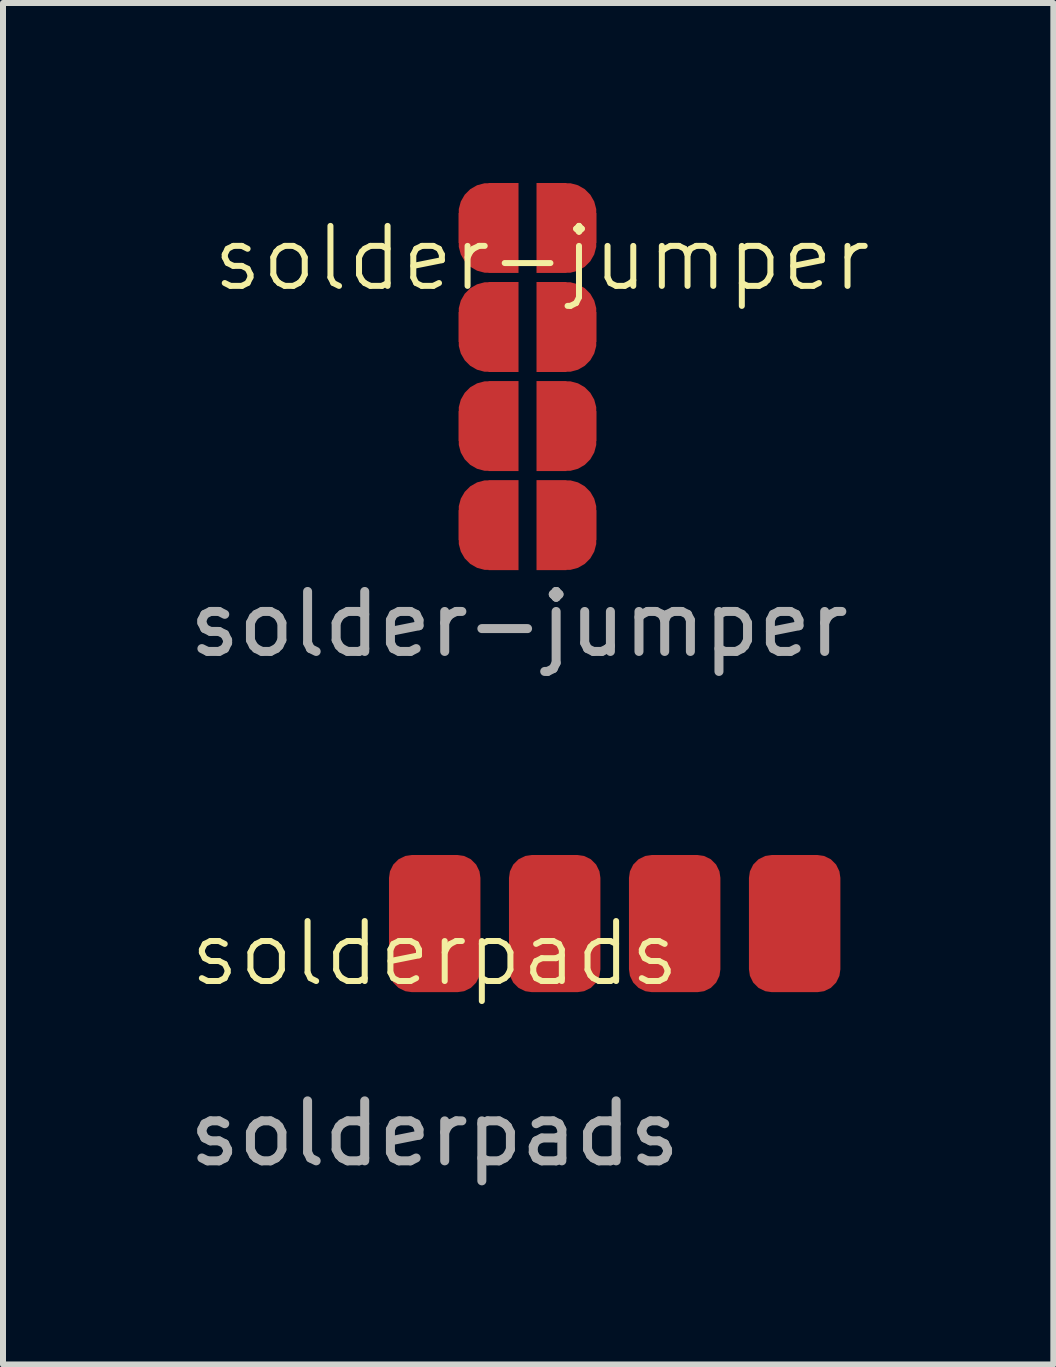
<source format=kicad_pcb>
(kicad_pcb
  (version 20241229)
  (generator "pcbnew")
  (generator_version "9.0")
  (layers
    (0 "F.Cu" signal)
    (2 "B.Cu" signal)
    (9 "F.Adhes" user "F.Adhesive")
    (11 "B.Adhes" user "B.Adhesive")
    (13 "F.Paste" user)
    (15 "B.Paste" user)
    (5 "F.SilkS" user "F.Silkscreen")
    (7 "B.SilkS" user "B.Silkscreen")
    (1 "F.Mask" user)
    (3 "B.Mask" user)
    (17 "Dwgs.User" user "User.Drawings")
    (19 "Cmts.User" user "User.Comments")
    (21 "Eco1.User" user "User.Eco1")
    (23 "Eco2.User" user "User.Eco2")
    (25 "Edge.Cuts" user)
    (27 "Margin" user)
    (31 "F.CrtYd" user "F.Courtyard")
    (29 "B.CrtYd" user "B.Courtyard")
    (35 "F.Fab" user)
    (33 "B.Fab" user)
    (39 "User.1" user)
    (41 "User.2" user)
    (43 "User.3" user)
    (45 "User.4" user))
  (footprint "solderpads"
    (layer "F.Cu")
    (at 4.196 13.345)
    (property "Reference" "solderpads" (at 0 -0.5 0) (unlocked yes) (layer "F.SilkS") (effects (font (size 1 1) (thickness 0.1))))
    (attr smd)
    (fp_text user "${REFERENCE}" (at 0 2.5 0) (unlocked yes) (layer "F.Fab") (effects (font (size 1 1) (thickness 0.15))))
    (pad "1" smd roundrect (at 6 -1 90) (size 2.286 1.524) (layers "F.Cu" "F.Mask" "F.Paste") (roundrect_rratio 0.25))
    (pad "2" smd roundrect (at 4 -1 90) (size 2.286 1.524) (layers "F.Cu" "F.Mask" "F.Paste") (roundrect_rratio 0.25))
    (pad "3" smd roundrect (at 2 -1 90) (size 2.286 1.524) (layers "F.Cu" "F.Mask" "F.Paste") (roundrect_rratio 0.25))
    (pad "4" smd roundrect (at 0 -1 90) (size 2.286 1.524) (layers "F.Cu" "F.Mask" "F.Paste") (roundrect_rratio 0.25)))
  (footprint "solder-jumper"
    (layer "F.Cu")
    (at 5.855 1.385)
    (property "Reference" "solder-jumper" (at 0.127 -0.127 0) (unlocked yes) (layer "F.SilkS") (effects (font (size 1 1) (thickness 0.1))))
    (attr smd)
    (fp_text user "${REFERENCE}" (at -0.254 5.969 0) (unlocked yes) (layer "F.Fab") (effects (font (size 1 1) (thickness 0.15))))
    (pad "1" smd custom (at 0.538 -0.635 180) (size 1 0.5) (layers "F.Cu" "F.Mask") (options (anchor rect)) (primitives (gr_circle (center 0 0.25) (end 0.5 0.25) (width 0) (fill yes)) (gr_circle (center 0 -0.25) (end 0.5 -0.25) (width 0) (fill yes)) (gr_poly (pts (xy 0.5 0.75) (xy 0 0.75) (xy 0 -0.75) (xy 0.5 -0.75)) (width 0) (fill yes))))
    (pad "1" smd custom (at 0.538 1.016 180) (size 1 0.5) (layers "F.Cu" "F.Mask") (options (anchor rect)) (primitives (gr_circle (center 0 0.25) (end 0.5 0.25) (width 0) (fill yes)) (gr_circle (center 0 -0.25) (end 0.5 -0.25) (width 0) (fill yes)) (gr_poly (pts (xy 0.5 0.75) (xy 0 0.75) (xy 0 -0.75) (xy 0.5 -0.75)) (width 0) (fill yes))))
    (pad "1" smd custom (at 0.538 2.667 180) (size 1 0.5) (layers "F.Cu" "F.Mask") (options (anchor rect)) (primitives (gr_circle (center 0 0.25) (end 0.5 0.25) (width 0) (fill yes)) (gr_circle (center 0 -0.25) (end 0.5 -0.25) (width 0) (fill yes)) (gr_poly (pts (xy 0.5 0.75) (xy 0 0.75) (xy 0 -0.75) (xy 0.5 -0.75)) (width 0) (fill yes))))
    (pad "1" smd custom (at 0.538 4.318 180) (size 1 0.5) (layers "F.Cu" "F.Mask") (options (anchor rect)) (primitives (gr_circle (center 0 0.25) (end 0.5 0.25) (width 0) (fill yes)) (gr_circle (center 0 -0.25) (end 0.5 -0.25) (width 0) (fill yes)) (gr_poly (pts (xy 0.5 0.75) (xy 0 0.75) (xy 0 -0.75) (xy 0.5 -0.75)) (width 0) (fill yes))))
    (pad "2" smd custom (at -0.762 -0.635 180) (size 1 0.5) (layers "F.Cu" "F.Mask") (options (anchor rect)) (primitives (gr_circle (center 0 0.25) (end 0.5 0.25) (width 0) (fill yes)) (gr_circle (center 0 -0.25) (end 0.5 -0.25) (width 0) (fill yes)) (gr_poly (pts (xy 0 0.75) (xy -0.5 0.75) (xy -0.5 -0.75) (xy 0 -0.75)) (width 0) (fill yes))))
    (pad "3" smd custom (at -0.762 1.016 180) (size 1 0.5) (layers "F.Cu" "F.Mask") (options (anchor rect)) (primitives (gr_circle (center 0 0.25) (end 0.5 0.25) (width 0) (fill yes)) (gr_circle (center 0 -0.25) (end 0.5 -0.25) (width 0) (fill yes)) (gr_poly (pts (xy 0 0.75) (xy -0.5 0.75) (xy -0.5 -0.75) (xy 0 -0.75)) (width 0) (fill yes))))
    (pad "4" smd custom (at -0.762 2.667 180) (size 1 0.5) (layers "F.Cu" "F.Mask") (options (anchor rect)) (primitives (gr_circle (center 0 0.25) (end 0.5 0.25) (width 0) (fill yes)) (gr_circle (center 0 -0.25) (end 0.5 -0.25) (width 0) (fill yes)) (gr_poly (pts (xy 0 0.75) (xy -0.5 0.75) (xy -0.5 -0.75) (xy 0 -0.75)) (width 0) (fill yes))))
    (pad "5" smd custom (at -0.762 4.318 180) (size 1 0.5) (layers "F.Cu" "F.Mask") (options (anchor rect)) (primitives (gr_circle (center 0 0.25) (end 0.5 0.25) (width 0) (fill yes)) (gr_circle (center 0 -0.25) (end 0.5 -0.25) (width 0) (fill yes)) (gr_poly (pts (xy 0 0.75) (xy -0.5 0.75) (xy -0.5 -0.75) (xy 0 -0.75)) (width 0) (fill yes)))))
  (gr_rect
    (start -3 -3)
    (end 14.508 19.694)
    (stroke (width 0.1) (type default))
    (fill no)
    (layer "Edge.Cuts")))
</source>
